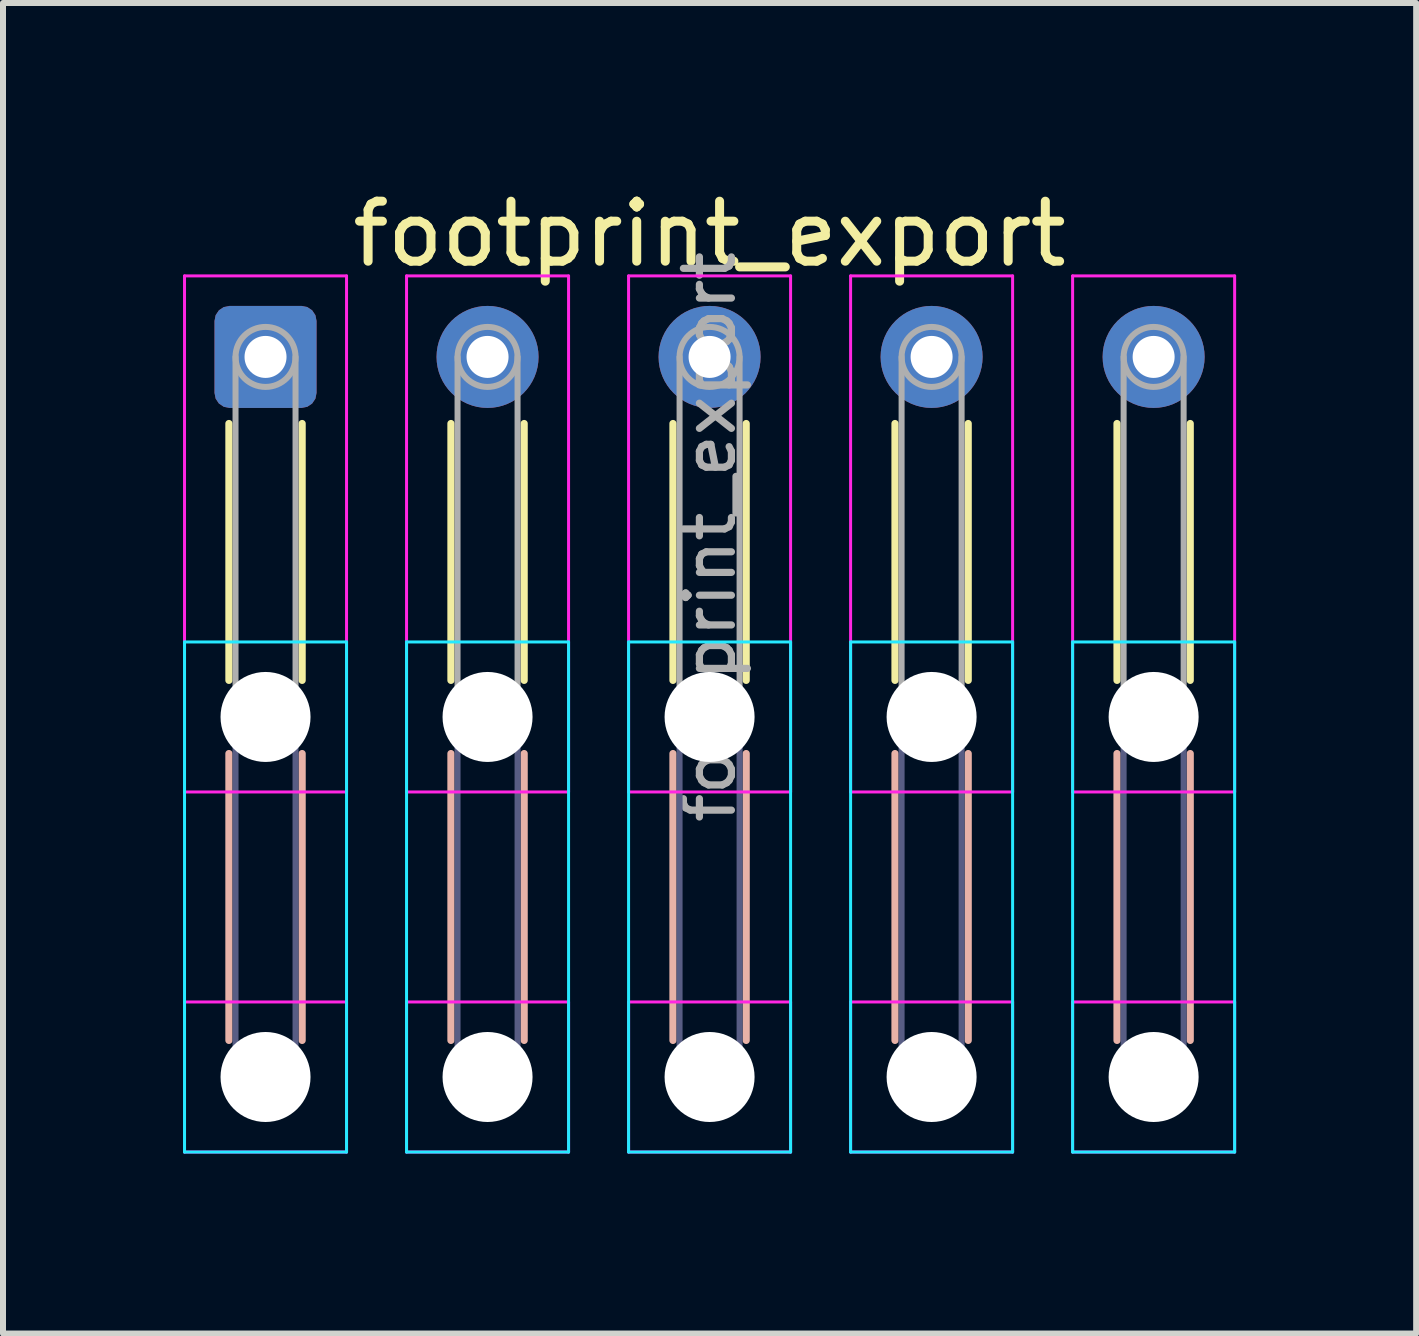
<source format=kicad_pcb>
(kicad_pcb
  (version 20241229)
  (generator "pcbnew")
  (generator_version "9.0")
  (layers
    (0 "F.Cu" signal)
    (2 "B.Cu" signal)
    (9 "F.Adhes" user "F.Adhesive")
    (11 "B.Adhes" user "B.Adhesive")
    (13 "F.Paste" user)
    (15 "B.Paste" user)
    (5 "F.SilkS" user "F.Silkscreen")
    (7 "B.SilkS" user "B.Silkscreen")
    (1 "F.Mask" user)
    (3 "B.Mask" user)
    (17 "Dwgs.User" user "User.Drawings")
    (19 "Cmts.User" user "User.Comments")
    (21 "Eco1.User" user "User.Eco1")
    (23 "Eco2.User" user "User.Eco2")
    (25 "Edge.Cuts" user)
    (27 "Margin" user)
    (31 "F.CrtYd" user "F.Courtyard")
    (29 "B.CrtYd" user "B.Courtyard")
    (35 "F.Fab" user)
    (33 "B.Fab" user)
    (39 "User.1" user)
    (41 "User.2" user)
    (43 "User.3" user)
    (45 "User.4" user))
  (footprint "footprint_export"
    (layer "F.Cu")
    (at 1.375 2.898)
    (property "Reference" "footprint_export" (at 7.4 -2.05 0) (layer "F.SilkS") (effects (font (size 1 1) (thickness 0.15))))
    (attr exclude_from_pos_files exclude_from_bom)
    (fp_line (start -0.61 1.11) (end -0.61 5.39) (stroke (width 0.12) (type solid)) (layer "F.SilkS"))
    (fp_line (start 0.61 1.11) (end 0.61 5.39) (stroke (width 0.12) (type solid)) (layer "F.SilkS"))
    (fp_line (start 3.09 1.11) (end 3.09 5.39) (stroke (width 0.12) (type solid)) (layer "F.SilkS"))
    (fp_line (start 4.31 1.11) (end 4.31 5.39) (stroke (width 0.12) (type solid)) (layer "F.SilkS"))
    (fp_line (start 6.79 1.11) (end 6.79 5.39) (stroke (width 0.12) (type solid)) (layer "F.SilkS"))
    (fp_line (start 8.01 1.11) (end 8.01 5.39) (stroke (width 0.12) (type solid)) (layer "F.SilkS"))
    (fp_line (start 10.49 1.11) (end 10.49 5.39) (stroke (width 0.12) (type solid)) (layer "F.SilkS"))
    (fp_line (start 11.71 1.11) (end 11.71 5.39) (stroke (width 0.12) (type solid)) (layer "F.SilkS"))
    (fp_line (start 14.19 1.11) (end 14.19 5.39) (stroke (width 0.12) (type solid)) (layer "F.SilkS"))
    (fp_line (start 15.41 1.11) (end 15.41 5.39) (stroke (width 0.12) (type solid)) (layer "F.SilkS"))
    (fp_line (start -0.61 6.61) (end -0.61 11.39) (stroke (width 0.12) (type solid)) (layer "B.SilkS"))
    (fp_line (start 0.61 6.61) (end 0.61 11.39) (stroke (width 0.12) (type solid)) (layer "B.SilkS"))
    (fp_line (start 3.09 6.61) (end 3.09 11.39) (stroke (width 0.12) (type solid)) (layer "B.SilkS"))
    (fp_line (start 4.31 6.61) (end 4.31 11.39) (stroke (width 0.12) (type solid)) (layer "B.SilkS"))
    (fp_line (start 6.79 6.61) (end 6.79 11.39) (stroke (width 0.12) (type solid)) (layer "B.SilkS"))
    (fp_line (start 8.01 6.61) (end 8.01 11.39) (stroke (width 0.12) (type solid)) (layer "B.SilkS"))
    (fp_line (start 10.49 6.61) (end 10.49 11.39) (stroke (width 0.12) (type solid)) (layer "B.SilkS"))
    (fp_line (start 11.71 6.61) (end 11.71 11.39) (stroke (width 0.12) (type solid)) (layer "B.SilkS"))
    (fp_line (start 14.19 6.61) (end 14.19 11.39) (stroke (width 0.12) (type solid)) (layer "B.SilkS"))
    (fp_line (start 15.41 6.61) (end 15.41 11.39) (stroke (width 0.12) (type solid)) (layer "B.SilkS"))
    (fp_line (start -1.35 4.75) (end -1.35 13.25) (stroke (width 0.05) (type solid)) (layer "B.CrtYd"))
    (fp_line (start -1.35 13.25) (end 1.35 13.25) (stroke (width 0.05) (type solid)) (layer "B.CrtYd"))
    (fp_line (start 1.35 4.75) (end -1.35 4.75) (stroke (width 0.05) (type solid)) (layer "B.CrtYd"))
    (fp_line (start 1.35 13.25) (end 1.35 4.75) (stroke (width 0.05) (type solid)) (layer "B.CrtYd"))
    (fp_line (start 2.35 4.75) (end 2.35 13.25) (stroke (width 0.05) (type solid)) (layer "B.CrtYd"))
    (fp_line (start 2.35 13.25) (end 5.05 13.25) (stroke (width 0.05) (type solid)) (layer "B.CrtYd"))
    (fp_line (start 5.05 4.75) (end 2.35 4.75) (stroke (width 0.05) (type solid)) (layer "B.CrtYd"))
    (fp_line (start 5.05 13.25) (end 5.05 4.75) (stroke (width 0.05) (type solid)) (layer "B.CrtYd"))
    (fp_line (start 6.05 4.75) (end 6.05 13.25) (stroke (width 0.05) (type solid)) (layer "B.CrtYd"))
    (fp_line (start 6.05 13.25) (end 8.75 13.25) (stroke (width 0.05) (type solid)) (layer "B.CrtYd"))
    (fp_line (start 8.75 4.75) (end 6.05 4.75) (stroke (width 0.05) (type solid)) (layer "B.CrtYd"))
    (fp_line (start 8.75 13.25) (end 8.75 4.75) (stroke (width 0.05) (type solid)) (layer "B.CrtYd"))
    (fp_line (start 9.75 4.75) (end 9.75 13.25) (stroke (width 0.05) (type solid)) (layer "B.CrtYd"))
    (fp_line (start 9.75 13.25) (end 12.45 13.25) (stroke (width 0.05) (type solid)) (layer "B.CrtYd"))
    (fp_line (start 12.45 4.75) (end 9.75 4.75) (stroke (width 0.05) (type solid)) (layer "B.CrtYd"))
    (fp_line (start 12.45 13.25) (end 12.45 4.75) (stroke (width 0.05) (type solid)) (layer "B.CrtYd"))
    (fp_line (start 13.45 4.75) (end 13.45 13.25) (stroke (width 0.05) (type solid)) (layer "B.CrtYd"))
    (fp_line (start 13.45 13.25) (end 16.15 13.25) (stroke (width 0.05) (type solid)) (layer "B.CrtYd"))
    (fp_line (start 16.15 4.75) (end 13.45 4.75) (stroke (width 0.05) (type solid)) (layer "B.CrtYd"))
    (fp_line (start 16.15 13.25) (end 16.15 4.75) (stroke (width 0.05) (type solid)) (layer "B.CrtYd"))
    (fp_line (start -1.35 -1.35) (end -1.35 7.25) (stroke (width 0.05) (type solid)) (layer "F.CrtYd"))
    (fp_line (start -1.35 7.25) (end 1.35 7.25) (stroke (width 0.05) (type solid)) (layer "F.CrtYd"))
    (fp_line (start -1.35 10.75) (end -1.35 13.25) (stroke (width 0.05) (type solid)) (layer "F.CrtYd"))
    (fp_line (start -1.35 13.25) (end 1.35 13.25) (stroke (width 0.05) (type solid)) (layer "F.CrtYd"))
    (fp_line (start 1.35 -1.35) (end -1.35 -1.35) (stroke (width 0.05) (type solid)) (layer "F.CrtYd"))
    (fp_line (start 1.35 7.25) (end 1.35 -1.35) (stroke (width 0.05) (type solid)) (layer "F.CrtYd"))
    (fp_line (start 1.35 10.75) (end -1.35 10.75) (stroke (width 0.05) (type solid)) (layer "F.CrtYd"))
    (fp_line (start 1.35 13.25) (end 1.35 10.75) (stroke (width 0.05) (type solid)) (layer "F.CrtYd"))
    (fp_line (start 2.35 -1.35) (end 2.35 7.25) (stroke (width 0.05) (type solid)) (layer "F.CrtYd"))
    (fp_line (start 2.35 7.25) (end 5.05 7.25) (stroke (width 0.05) (type solid)) (layer "F.CrtYd"))
    (fp_line (start 2.35 10.75) (end 2.35 13.25) (stroke (width 0.05) (type solid)) (layer "F.CrtYd"))
    (fp_line (start 2.35 13.25) (end 5.05 13.25) (stroke (width 0.05) (type solid)) (layer "F.CrtYd"))
    (fp_line (start 5.05 -1.35) (end 2.35 -1.35) (stroke (width 0.05) (type solid)) (layer "F.CrtYd"))
    (fp_line (start 5.05 7.25) (end 5.05 -1.35) (stroke (width 0.05) (type solid)) (layer "F.CrtYd"))
    (fp_line (start 5.05 10.75) (end 2.35 10.75) (stroke (width 0.05) (type solid)) (layer "F.CrtYd"))
    (fp_line (start 5.05 13.25) (end 5.05 10.75) (stroke (width 0.05) (type solid)) (layer "F.CrtYd"))
    (fp_line (start 6.05 -1.35) (end 6.05 7.25) (stroke (width 0.05) (type solid)) (layer "F.CrtYd"))
    (fp_line (start 6.05 7.25) (end 8.75 7.25) (stroke (width 0.05) (type solid)) (layer "F.CrtYd"))
    (fp_line (start 6.05 10.75) (end 6.05 13.25) (stroke (width 0.05) (type solid)) (layer "F.CrtYd"))
    (fp_line (start 6.05 13.25) (end 8.75 13.25) (stroke (width 0.05) (type solid)) (layer "F.CrtYd"))
    (fp_line (start 8.75 -1.35) (end 6.05 -1.35) (stroke (width 0.05) (type solid)) (layer "F.CrtYd"))
    (fp_line (start 8.75 7.25) (end 8.75 -1.35) (stroke (width 0.05) (type solid)) (layer "F.CrtYd"))
    (fp_line (start 8.75 10.75) (end 6.05 10.75) (stroke (width 0.05) (type solid)) (layer "F.CrtYd"))
    (fp_line (start 8.75 13.25) (end 8.75 10.75) (stroke (width 0.05) (type solid)) (layer "F.CrtYd"))
    (fp_line (start 9.75 -1.35) (end 9.75 7.25) (stroke (width 0.05) (type solid)) (layer "F.CrtYd"))
    (fp_line (start 9.75 7.25) (end 12.45 7.25) (stroke (width 0.05) (type solid)) (layer "F.CrtYd"))
    (fp_line (start 9.75 10.75) (end 9.75 13.25) (stroke (width 0.05) (type solid)) (layer "F.CrtYd"))
    (fp_line (start 9.75 13.25) (end 12.45 13.25) (stroke (width 0.05) (type solid)) (layer "F.CrtYd"))
    (fp_line (start 12.45 -1.35) (end 9.75 -1.35) (stroke (width 0.05) (type solid)) (layer "F.CrtYd"))
    (fp_line (start 12.45 7.25) (end 12.45 -1.35) (stroke (width 0.05) (type solid)) (layer "F.CrtYd"))
    (fp_line (start 12.45 10.75) (end 9.75 10.75) (stroke (width 0.05) (type solid)) (layer "F.CrtYd"))
    (fp_line (start 12.45 13.25) (end 12.45 10.75) (stroke (width 0.05) (type solid)) (layer "F.CrtYd"))
    (fp_line (start 13.45 -1.35) (end 13.45 7.25) (stroke (width 0.05) (type solid)) (layer "F.CrtYd"))
    (fp_line (start 13.45 7.25) (end 16.15 7.25) (stroke (width 0.05) (type solid)) (layer "F.CrtYd"))
    (fp_line (start 13.45 10.75) (end 13.45 13.25) (stroke (width 0.05) (type solid)) (layer "F.CrtYd"))
    (fp_line (start 13.45 13.25) (end 16.15 13.25) (stroke (width 0.05) (type solid)) (layer "F.CrtYd"))
    (fp_line (start 16.15 -1.35) (end 13.45 -1.35) (stroke (width 0.05) (type solid)) (layer "F.CrtYd"))
    (fp_line (start 16.15 7.25) (end 16.15 -1.35) (stroke (width 0.05) (type solid)) (layer "F.CrtYd"))
    (fp_line (start 16.15 10.75) (end 13.45 10.75) (stroke (width 0.05) (type solid)) (layer "F.CrtYd"))
    (fp_line (start 16.15 13.25) (end 16.15 10.75) (stroke (width 0.05) (type solid)) (layer "F.CrtYd"))
    (fp_line (start -0.5 6) (end -0.5 12) (stroke (width 0.1) (type solid)) (layer "B.Fab"))
    (fp_line (start 0.5 6) (end 0.5 12) (stroke (width 0.1) (type solid)) (layer "B.Fab"))
    (fp_line (start 3.2 6) (end 3.2 12) (stroke (width 0.1) (type solid)) (layer "B.Fab"))
    (fp_line (start 4.2 6) (end 4.2 12) (stroke (width 0.1) (type solid)) (layer "B.Fab"))
    (fp_line (start 6.9 6) (end 6.9 12) (stroke (width 0.1) (type solid)) (layer "B.Fab"))
    (fp_line (start 7.9 6) (end 7.9 12) (stroke (width 0.1) (type solid)) (layer "B.Fab"))
    (fp_line (start 10.6 6) (end 10.6 12) (stroke (width 0.1) (type solid)) (layer "B.Fab"))
    (fp_line (start 11.6 6) (end 11.6 12) (stroke (width 0.1) (type solid)) (layer "B.Fab"))
    (fp_line (start 14.3 6) (end 14.3 12) (stroke (width 0.1) (type solid)) (layer "B.Fab"))
    (fp_line (start 15.3 6) (end 15.3 12) (stroke (width 0.1) (type solid)) (layer "B.Fab"))
    (fp_circle (center 0 6) (end 0.5 6) (stroke (width 0.1) (type solid)) (fill no) (layer "B.Fab"))
    (fp_circle (center 0 12) (end 0.5 12) (stroke (width 0.1) (type solid)) (fill no) (layer "B.Fab"))
    (fp_circle (center 3.7 6) (end 4.2 6) (stroke (width 0.1) (type solid)) (fill no) (layer "B.Fab"))
    (fp_circle (center 3.7 12) (end 4.2 12) (stroke (width 0.1) (type solid)) (fill no) (layer "B.Fab"))
    (fp_circle (center 7.4 6) (end 7.9 6) (stroke (width 0.1) (type solid)) (fill no) (layer "B.Fab"))
    (fp_circle (center 7.4 12) (end 7.9 12) (stroke (width 0.1) (type solid)) (fill no) (layer "B.Fab"))
    (fp_circle (center 11.1 6) (end 11.6 6) (stroke (width 0.1) (type solid)) (fill no) (layer "B.Fab"))
    (fp_circle (center 11.1 12) (end 11.6 12) (stroke (width 0.1) (type solid)) (fill no) (layer "B.Fab"))
    (fp_circle (center 14.8 6) (end 15.3 6) (stroke (width 0.1) (type solid)) (fill no) (layer "B.Fab"))
    (fp_circle (center 14.8 12) (end 15.3 12) (stroke (width 0.1) (type solid)) (fill no) (layer "B.Fab"))
    (fp_line (start -0.5 0) (end -0.5 6) (stroke (width 0.1) (type solid)) (layer "F.Fab"))
    (fp_line (start 0.5 0) (end 0.5 6) (stroke (width 0.1) (type solid)) (layer "F.Fab"))
    (fp_line (start 3.2 0) (end 3.2 6) (stroke (width 0.1) (type solid)) (layer "F.Fab"))
    (fp_line (start 4.2 0) (end 4.2 6) (stroke (width 0.1) (type solid)) (layer "F.Fab"))
    (fp_line (start 6.9 0) (end 6.9 6) (stroke (width 0.1) (type solid)) (layer "F.Fab"))
    (fp_line (start 7.9 0) (end 7.9 6) (stroke (width 0.1) (type solid)) (layer "F.Fab"))
    (fp_line (start 10.6 0) (end 10.6 6) (stroke (width 0.1) (type solid)) (layer "F.Fab"))
    (fp_line (start 11.6 0) (end 11.6 6) (stroke (width 0.1) (type solid)) (layer "F.Fab"))
    (fp_line (start 14.3 0) (end 14.3 6) (stroke (width 0.1) (type solid)) (layer "F.Fab"))
    (fp_line (start 15.3 0) (end 15.3 6) (stroke (width 0.1) (type solid)) (layer "F.Fab"))
    (fp_circle (center 0 0) (end 0.5 0) (stroke (width 0.1) (type solid)) (fill no) (layer "F.Fab"))
    (fp_circle (center 0 6) (end 0.5 6) (stroke (width 0.1) (type solid)) (fill no) (layer "F.Fab"))
    (fp_circle (center 0 12) (end 0.5 12) (stroke (width 0.1) (type solid)) (fill no) (layer "F.Fab"))
    (fp_circle (center 3.7 0) (end 4.2 0) (stroke (width 0.1) (type solid)) (fill no) (layer "F.Fab"))
    (fp_circle (center 3.7 6) (end 4.2 6) (stroke (width 0.1) (type solid)) (fill no) (layer "F.Fab"))
    (fp_circle (center 3.7 12) (end 4.2 12) (stroke (width 0.1) (type solid)) (fill no) (layer "F.Fab"))
    (fp_circle (center 7.4 0) (end 7.9 0) (stroke (width 0.1) (type solid)) (fill no) (layer "F.Fab"))
    (fp_circle (center 7.4 6) (end 7.9 6) (stroke (width 0.1) (type solid)) (fill no) (layer "F.Fab"))
    (fp_circle (center 7.4 12) (end 7.9 12) (stroke (width 0.1) (type solid)) (fill no) (layer "F.Fab"))
    (fp_circle (center 11.1 0) (end 11.6 0) (stroke (width 0.1) (type solid)) (fill no) (layer "F.Fab"))
    (fp_circle (center 11.1 6) (end 11.6 6) (stroke (width 0.1) (type solid)) (fill no) (layer "F.Fab"))
    (fp_circle (center 11.1 12) (end 11.6 12) (stroke (width 0.1) (type solid)) (fill no) (layer "F.Fab"))
    (fp_circle (center 14.8 0) (end 15.3 0) (stroke (width 0.1) (type solid)) (fill no) (layer "F.Fab"))
    (fp_circle (center 14.8 6) (end 15.3 6) (stroke (width 0.1) (type solid)) (fill no) (layer "F.Fab"))
    (fp_circle (center 14.8 12) (end 15.3 12) (stroke (width 0.1) (type solid)) (fill no) (layer "F.Fab"))
    (fp_text user "${REFERENCE}" (at 7.4 3 90) (layer "F.Fab") (effects (font (size 0.8 0.8) (thickness 0.12))))
    (pad "" np_thru_hole circle (at 0 6) (size 1.5 1.5) (drill 1.5) (layers "*.Cu" "*.Mask"))
    (pad "" np_thru_hole circle (at 0 12) (size 1.5 1.5) (drill 1.5) (layers "*.Cu" "*.Mask"))
    (pad "" np_thru_hole circle (at 3.7 6) (size 1.5 1.5) (drill 1.5) (layers "*.Cu" "*.Mask"))
    (pad "" np_thru_hole circle (at 3.7 12) (size 1.5 1.5) (drill 1.5) (layers "*.Cu" "*.Mask"))
    (pad "" np_thru_hole circle (at 7.4 6) (size 1.5 1.5) (drill 1.5) (layers "*.Cu" "*.Mask"))
    (pad "" np_thru_hole circle (at 7.4 12) (size 1.5 1.5) (drill 1.5) (layers "*.Cu" "*.Mask"))
    (pad "" np_thru_hole circle (at 11.1 6) (size 1.5 1.5) (drill 1.5) (layers "*.Cu" "*.Mask"))
    (pad "" np_thru_hole circle (at 11.1 12) (size 1.5 1.5) (drill 1.5) (layers "*.Cu" "*.Mask"))
    (pad "" np_thru_hole circle (at 14.8 6) (size 1.5 1.5) (drill 1.5) (layers "*.Cu" "*.Mask"))
    (pad "" np_thru_hole circle (at 14.8 12) (size 1.5 1.5) (drill 1.5) (layers "*.Cu" "*.Mask"))
    (pad "1" thru_hole roundrect (at 0 0) (size 1.7 1.7) (drill 0.7) (layers "*.Cu" "*.Mask") (roundrect_rratio 0.147))
    (pad "2" thru_hole circle (at 3.7 0) (size 1.7 1.7) (drill 0.7) (layers "*.Cu" "*.Mask"))
    (pad "3" thru_hole circle (at 7.4 0) (size 1.7 1.7) (drill 0.7) (layers "*.Cu" "*.Mask"))
    (pad "4" thru_hole circle (at 11.1 0) (size 1.7 1.7) (drill 0.7) (layers "*.Cu" "*.Mask"))
    (pad "5" thru_hole circle (at 14.8 0) (size 1.7 1.7) (drill 0.7) (layers "*.Cu" "*.Mask")))
  (gr_rect
    (start -3 -3)
    (end 20.55 19.173)
    (stroke (width 0.1) (type default))
    (fill no)
    (layer "Edge.Cuts")))
</source>
